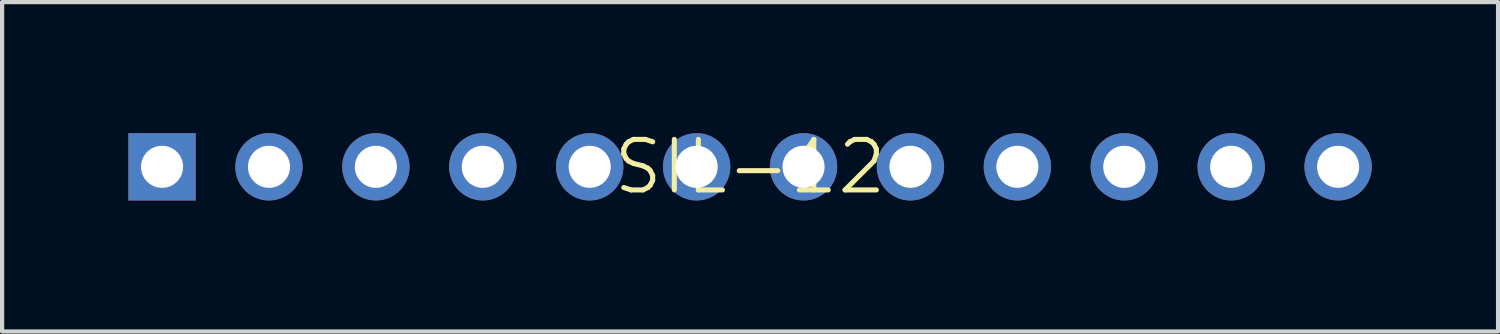
<source format=kicad_pcb>
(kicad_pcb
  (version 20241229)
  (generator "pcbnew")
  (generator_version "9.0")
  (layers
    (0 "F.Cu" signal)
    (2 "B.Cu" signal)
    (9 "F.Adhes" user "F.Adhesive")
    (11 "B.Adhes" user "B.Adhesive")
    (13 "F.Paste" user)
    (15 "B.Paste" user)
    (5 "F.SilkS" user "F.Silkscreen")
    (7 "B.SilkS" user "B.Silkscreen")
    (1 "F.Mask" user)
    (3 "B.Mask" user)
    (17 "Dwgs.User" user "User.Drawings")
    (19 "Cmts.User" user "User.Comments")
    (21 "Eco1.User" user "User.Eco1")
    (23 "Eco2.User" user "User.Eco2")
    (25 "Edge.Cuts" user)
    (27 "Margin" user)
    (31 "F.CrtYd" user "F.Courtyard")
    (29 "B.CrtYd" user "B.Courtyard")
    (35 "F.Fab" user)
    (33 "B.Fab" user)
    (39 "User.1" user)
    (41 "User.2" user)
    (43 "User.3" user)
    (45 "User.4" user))
  (footprint "SIL-12"
    (layer "F.Cu")
    (at 14.77 0.913)
    (property "Reference" "SIL-12" (at 0 0 0) (layer "F.SilkS") (effects (font (size 1.2 1.2) (thickness 0.12))))
    (attr through_hole)
    (pad "1" thru_hole rect (at -13.97 0) (size 1.6 1.6) (drill 1) (layers "*.Cu" "*.Mask"))
    (pad "2" thru_hole circle (at -11.43 0) (size 1.6 1.6) (drill 1) (layers "*.Cu" "*.Mask"))
    (pad "3" thru_hole circle (at -8.89 0) (size 1.6 1.6) (drill 1) (layers "*.Cu" "*.Mask"))
    (pad "4" thru_hole circle (at -6.35 0) (size 1.6 1.6) (drill 1) (layers "*.Cu" "*.Mask"))
    (pad "5" thru_hole circle (at -3.81 0) (size 1.6 1.6) (drill 1) (layers "*.Cu" "*.Mask"))
    (pad "6" thru_hole circle (at -1.27 0) (size 1.6 1.6) (drill 1) (layers "*.Cu" "*.Mask"))
    (pad "7" thru_hole circle (at 1.27 0) (size 1.6 1.6) (drill 1) (layers "*.Cu" "*.Mask"))
    (pad "8" thru_hole circle (at 3.81 0) (size 1.6 1.6) (drill 1) (layers "*.Cu" "*.Mask"))
    (pad "9" thru_hole circle (at 6.35 0) (size 1.6 1.6) (drill 1) (layers "*.Cu" "*.Mask"))
    (pad "10" thru_hole circle (at 8.89 0) (size 1.6 1.6) (drill 1) (layers "*.Cu" "*.Mask"))
    (pad "11" thru_hole circle (at 11.43 0) (size 1.6 1.6) (drill 1) (layers "*.Cu" "*.Mask"))
    (pad "12" thru_hole circle (at 13.97 0) (size 1.6 1.6) (drill 1) (layers "*.Cu" "*.Mask")))
  (gr_rect
    (start -3 -3)
    (end 32.54 4.825)
    (stroke (width 0.1) (type default))
    (fill no)
    (layer "Edge.Cuts")))
</source>
